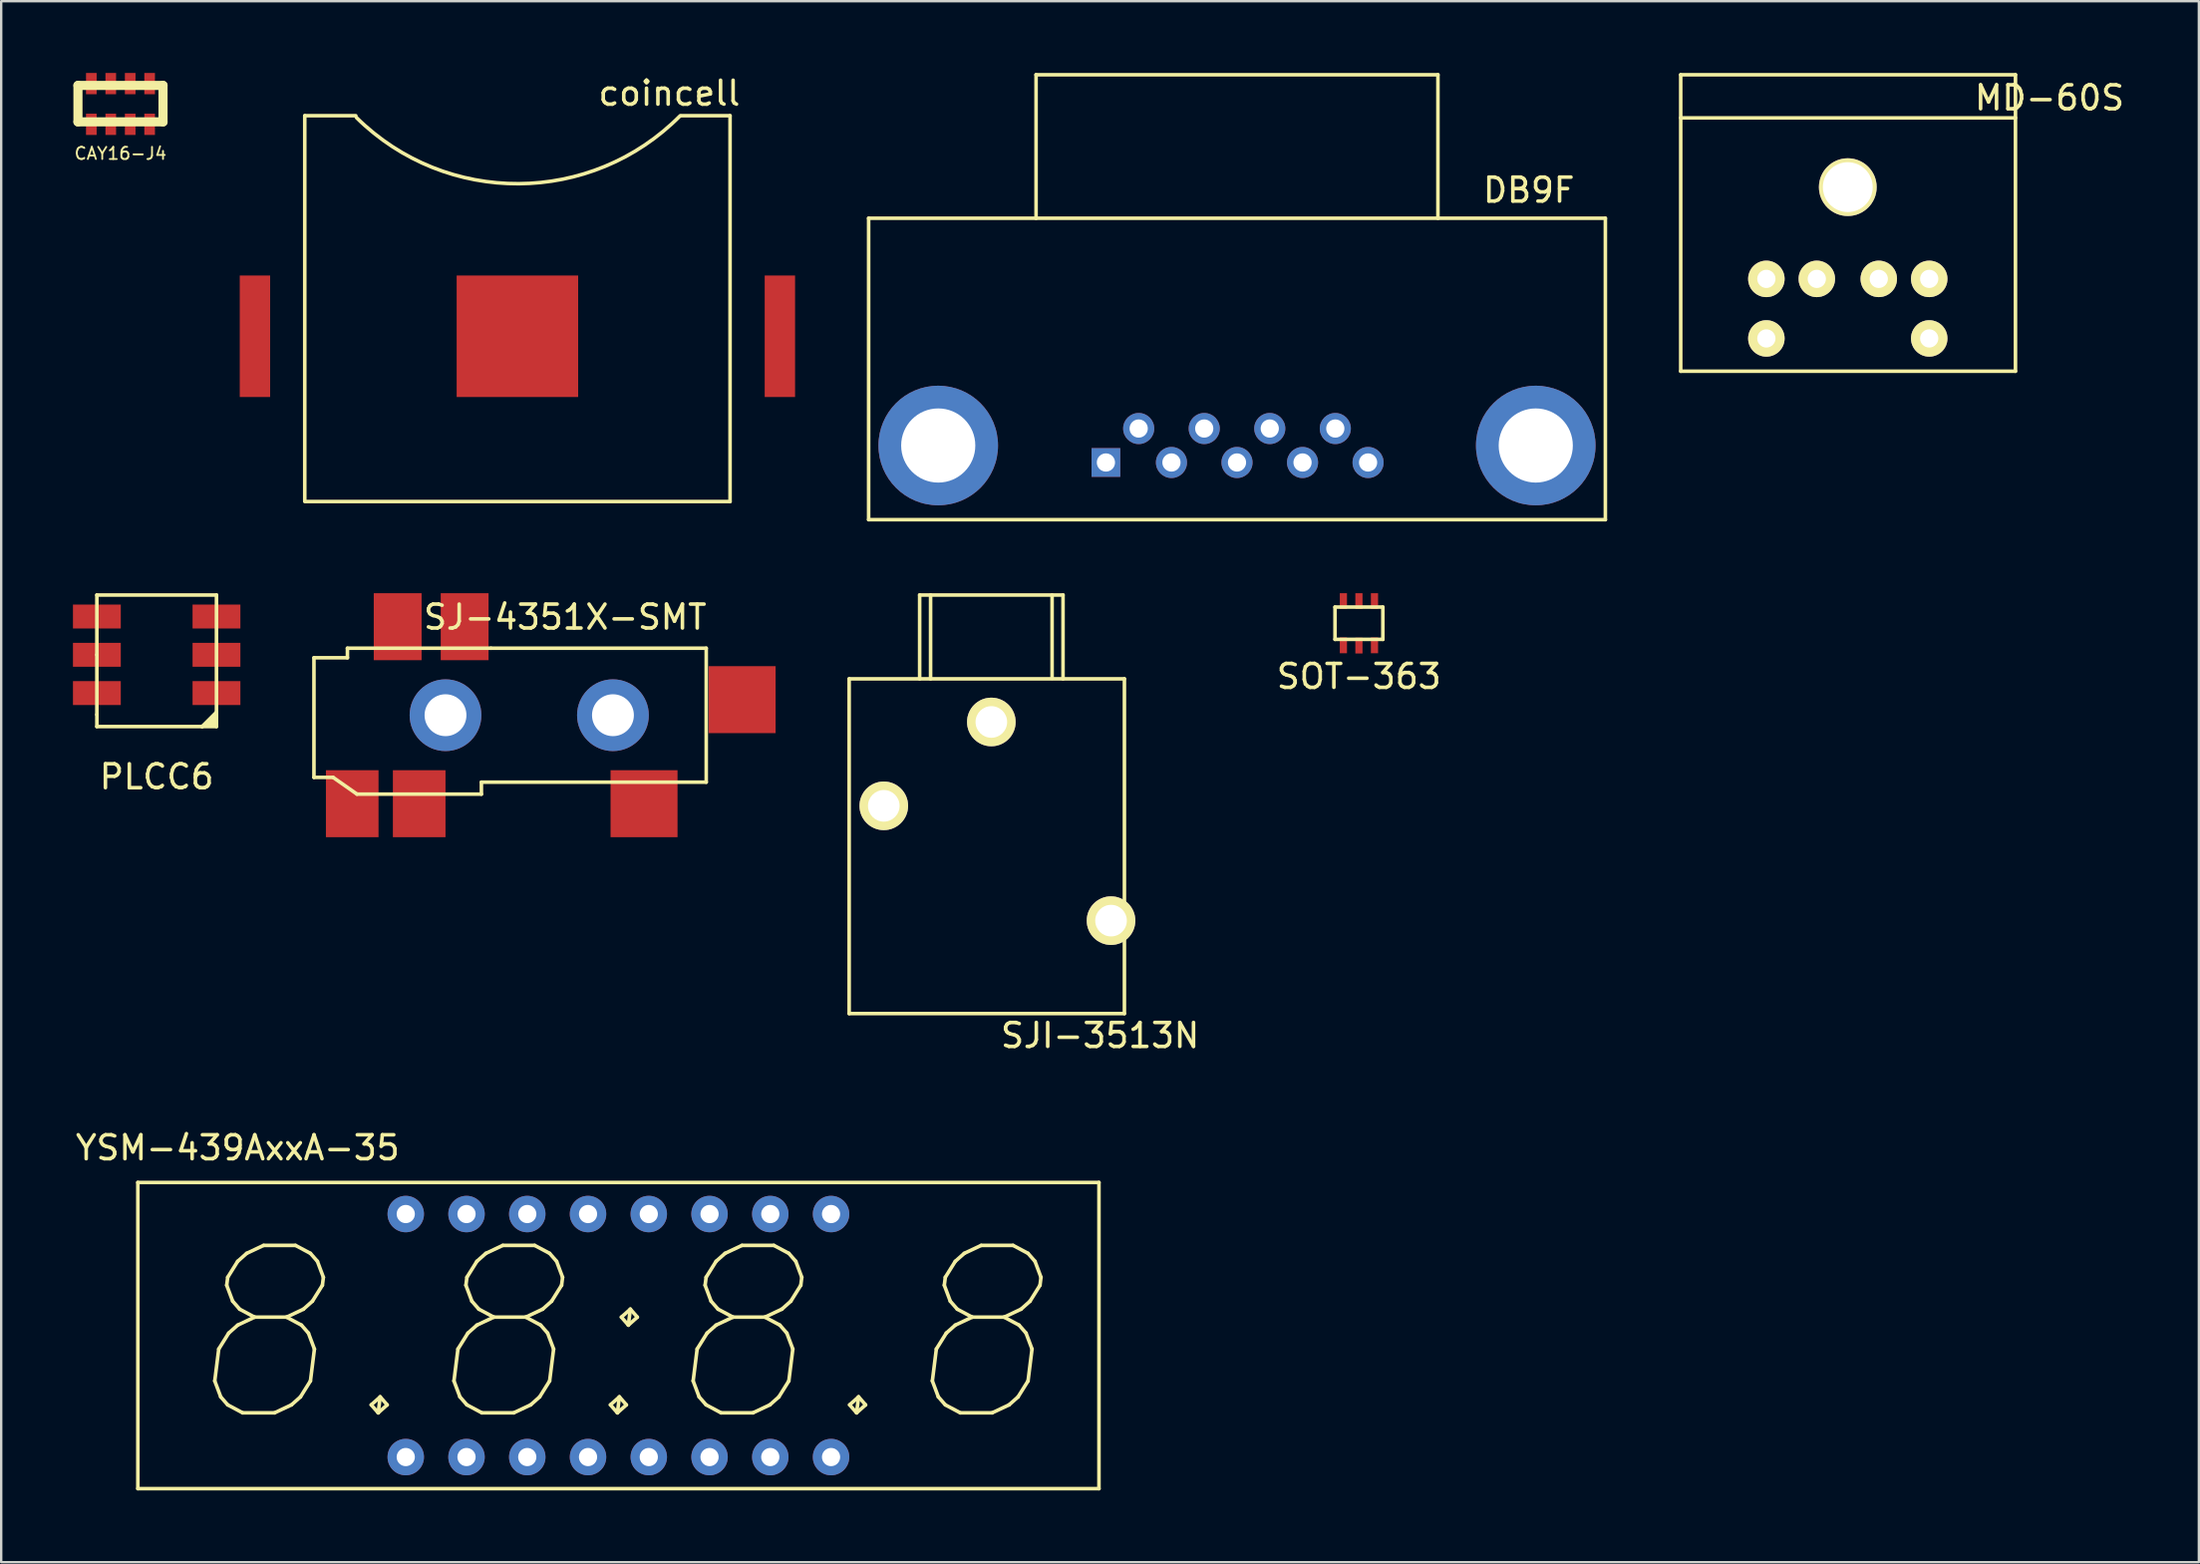
<source format=kicad_pcb>
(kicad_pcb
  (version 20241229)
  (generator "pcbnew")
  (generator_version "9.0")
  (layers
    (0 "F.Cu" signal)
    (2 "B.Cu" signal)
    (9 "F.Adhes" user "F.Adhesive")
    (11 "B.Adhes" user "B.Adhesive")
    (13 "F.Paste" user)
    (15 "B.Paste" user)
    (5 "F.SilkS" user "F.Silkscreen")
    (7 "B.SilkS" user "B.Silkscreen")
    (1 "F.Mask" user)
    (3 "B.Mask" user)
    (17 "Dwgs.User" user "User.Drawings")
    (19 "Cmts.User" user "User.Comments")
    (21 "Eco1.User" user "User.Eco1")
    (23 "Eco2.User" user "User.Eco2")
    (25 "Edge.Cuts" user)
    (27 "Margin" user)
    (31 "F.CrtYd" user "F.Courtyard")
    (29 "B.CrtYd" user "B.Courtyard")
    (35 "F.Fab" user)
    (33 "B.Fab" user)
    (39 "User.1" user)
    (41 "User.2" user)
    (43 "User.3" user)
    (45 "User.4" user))
  (footprint "SJI-3513N"
    (layer "F.Cu")
    (at 38.394 25.33)
    (property "Reference" "SJI-3513N" (at 4.547 14.91 0) (layer "F.SilkS") (effects (font (size 1 1) (thickness 0.15))))
    (attr through_hole)
    (fp_line (start -5.944 0) (end 5.563 0) (stroke (width 0.15) (type solid)) (layer "F.SilkS"))
    (fp_line (start -5.944 13.995) (end -5.944 0) (stroke (width 0.15) (type solid)) (layer "F.SilkS"))
    (fp_line (start -2.997 -3.505) (end -2.997 0) (stroke (width 0.15) (type solid)) (layer "F.SilkS"))
    (fp_line (start -2.54 0) (end -2.54 -3.505) (stroke (width 0.15) (type solid)) (layer "F.SilkS"))
    (fp_line (start 2.54 -3.505) (end 2.54 -0.025) (stroke (width 0.15) (type solid)) (layer "F.SilkS"))
    (fp_line (start 2.997 -3.505) (end -2.997 -3.505) (stroke (width 0.15) (type solid)) (layer "F.SilkS"))
    (fp_line (start 2.997 0) (end 2.997 -3.505) (stroke (width 0.15) (type solid)) (layer "F.SilkS"))
    (fp_line (start 5.563 0) (end 5.563 13.995) (stroke (width 0.15) (type solid)) (layer "F.SilkS"))
    (fp_line (start 5.563 13.995) (end -5.944 13.995) (stroke (width 0.15) (type solid)) (layer "F.SilkS"))
    (pad "1" thru_hole circle (at 0 1.803) (size 2.032 2.032) (drill oval 1.321) (layers "*.Cu" "*.Mask" "F.SilkS"))
    (pad "2" thru_hole circle (at -4.496 5.309) (size 2.032 2.032) (drill oval 1.321) (layers "*.Cu" "*.Mask" "F.SilkS"))
    (pad "3" thru_hole circle (at 5.004 10.109) (size 2.032 2.032) (drill oval 1.321) (layers "*.Cu" "*.Mask" "F.SilkS")))
  (footprint "SJ-4351X-SMT"
    (layer "F.Cu")
    (at 11.075 26.85)
    (property "Reference" "SJ-4351X-SMT" (at 9.5 -4.1 0) (layer "F.SilkS") (effects (font (size 1 1) (thickness 0.15))))
    (attr through_hole)
    (fp_line (start -1 -2.4) (end -1 2.6) (stroke (width 0.15) (type solid)) (layer "F.SilkS"))
    (fp_line (start -1 2.6) (end -0.2 2.6) (stroke (width 0.15) (type solid)) (layer "F.SilkS"))
    (fp_line (start -0.2 2.6) (end 0.8 3.3) (stroke (width 0.15) (type solid)) (layer "F.SilkS"))
    (fp_line (start 0.4 -2.8) (end 0.4 -2.4) (stroke (width 0.15) (type solid)) (layer "F.SilkS"))
    (fp_line (start 0.4 -2.4) (end -1 -2.4) (stroke (width 0.15) (type solid)) (layer "F.SilkS"))
    (fp_line (start 0.8 3.3) (end 6 3.3) (stroke (width 0.15) (type solid)) (layer "F.SilkS"))
    (fp_line (start 6 2.8) (end 15.4 2.8) (stroke (width 0.15) (type solid)) (layer "F.SilkS"))
    (fp_line (start 6 3.3) (end 6 2.8) (stroke (width 0.15) (type solid)) (layer "F.SilkS"))
    (fp_line (start 6.4 -2.8) (end 0.4 -2.8) (stroke (width 0.15) (type solid)) (layer "F.SilkS"))
    (fp_line (start 15.4 -2.8) (end 6.4 -2.8) (stroke (width 0.15) (type solid)) (layer "F.SilkS"))
    (fp_line (start 15.4 2.8) (end 15.4 -2.8) (stroke (width 0.15) (type solid)) (layer "F.SilkS"))
    (pad "" np_thru_hole circle (at 4.5 0) (size 3 3) (drill 1.75) (layers "*.Cu" "*.Mask"))
    (pad "" np_thru_hole circle (at 11.5 0) (size 3 3) (drill 1.75) (layers "*.Cu" "*.Mask"))
    (pad "1" smd rect (at 0.6 3.7) (size 2.2 2.8) (layers "F.Cu" "F.Mask" "F.Paste"))
    (pad "2" smd rect (at 12.8 3.7) (size 2.8 2.8) (layers "F.Cu" "F.Mask" "F.Paste"))
    (pad "3" smd rect (at 5.3 -3.7) (size 2 2.8) (layers "F.Cu" "F.Mask" "F.Paste"))
    (pad "4" smd rect (at 3.4 3.7) (size 2.2 2.8) (layers "F.Cu" "F.Mask" "F.Paste"))
    (pad "5" smd rect (at 16.9 -0.65) (size 2.8 2.8) (layers "F.Cu" "F.Mask" "F.Paste"))
    (pad "6" smd rect (at 2.5 -3.7) (size 2 2.8) (layers "F.Cu" "F.Mask" "F.Paste")))
  (footprint "coincell"
    (layer "F.Cu")
    (at 18.581 11.008)
    (property "Reference" "coincell" (at 6.35 -10.16 0) (layer "F.SilkS") (effects (font (size 1 1) (thickness 0.15))))
    (attr through_hole)
    (fp_line (start -8.89 -9.22) (end -8.89 6.883) (stroke (width 0.15) (type solid)) (layer "F.SilkS"))
    (fp_line (start -8.89 6.909) (end 8.89 6.909) (stroke (width 0.15) (type solid)) (layer "F.SilkS"))
    (fp_line (start -6.756 -9.22) (end -8.89 -9.22) (stroke (width 0.15) (type solid)) (layer "F.SilkS"))
    (fp_line (start 8.89 -9.22) (end 6.858 -9.22) (stroke (width 0.15) (type solid)) (layer "F.SilkS"))
    (fp_line (start 8.89 6.909) (end 8.89 -9.22) (stroke (width 0.15) (type solid)) (layer "F.SilkS"))
    (fp_arc (start 6.8072 -9.2202) (mid 0.053882 -6.378247) (end -6.731 -9.144) (stroke (width 0.15) (type solid)) (layer "F.SilkS"))
    (pad "1" smd rect (at -10.973 0) (size 1.27 5.08) (layers "F.Cu" "F.Mask" "F.Paste"))
    (pad "1" smd rect (at 10.973 0) (size 1.27 5.08) (layers "F.Cu" "F.Mask" "F.Paste"))
    (pad "2" smd rect (at 0 0) (size 5.08 5.08) (layers "F.Cu" "F.Mask" "F.Paste")))
  (footprint "CAY16-J4"
    (layer "F.Cu")
    (at 1.987 1.283)
    (property "Reference" "CAY16-J4" (at 0 2.083 0) (layer "F.SilkS") (effects (font (size 0.508 0.508) (thickness 0.076))))
    (attr through_hole)
    (fp_line (start -1.778 -0.762) (end 1.778 -0.762) (stroke (width 0.381) (type solid)) (layer "F.SilkS"))
    (fp_line (start -1.778 0.762) (end -1.778 -0.762) (stroke (width 0.381) (type solid)) (layer "F.SilkS"))
    (fp_line (start 1.778 -0.762) (end 1.778 0.762) (stroke (width 0.381) (type solid)) (layer "F.SilkS"))
    (fp_line (start 1.778 0.762) (end -1.778 0.762) (stroke (width 0.381) (type solid)) (layer "F.SilkS"))
    (pad "1" smd rect (at -1.219 -0.838) (size 0.445 0.889) (layers "F.Cu" "F.Mask" "F.Paste"))
    (pad "2" smd rect (at -0.406 -0.838) (size 0.445 0.889) (layers "F.Cu" "F.Mask" "F.Paste"))
    (pad "3" smd rect (at 0.406 -0.838) (size 0.445 0.889) (layers "F.Cu" "F.Mask" "F.Paste"))
    (pad "4" smd rect (at 1.219 -0.838) (size 0.445 0.889) (layers "F.Cu" "F.Mask" "F.Paste"))
    (pad "5" smd rect (at 1.219 0.864) (size 0.445 0.889) (layers "F.Cu" "F.Mask" "F.Paste"))
    (pad "6" smd rect (at 0.406 0.864) (size 0.445 0.889) (layers "F.Cu" "F.Mask" "F.Paste"))
    (pad "7" smd rect (at -0.406 0.864) (size 0.445 0.889) (layers "F.Cu" "F.Mask" "F.Paste"))
    (pad "8" smd rect (at -1.219 0.864) (size 0.445 0.889) (layers "F.Cu" "F.Mask" "F.Paste")))
  (footprint "YSM-439AxxA-35"
    (layer "F.Cu")
    (at 22.803 52.785)
    (property "Reference" "YSM-439AxxA-35" (at -15.916 -7.849 0) (layer "F.SilkS") (effects (font (size 1 1) (thickness 0.15))))
    (attr through_hole)
    (fp_line (start -20.09 -6.4) (end 20.09 -6.4) (stroke (width 0.15) (type solid)) (layer "F.SilkS"))
    (fp_line (start -20.09 6.4) (end -20.09 -6.4) (stroke (width 0.15) (type solid)) (layer "F.SilkS"))
    (fp_line (start 20.09 -6.4) (end 20.09 6.4) (stroke (width 0.15) (type solid)) (layer "F.SilkS"))
    (fp_line (start 20.09 6.4) (end -20.09 6.4) (stroke (width 0.15) (type solid)) (layer "F.SilkS"))
    (fp_text user "8.8:8.8" (at 0 0 0) (layer "F.SilkS") (effects (font (size 7 7) (thickness 0.15) (italic yes))))
    (pad "1" thru_hole circle (at -8.89 5.08) (size 1.524 1.524) (drill 0.762) (layers "*.Cu" "*.Mask"))
    (pad "2" thru_hole circle (at -6.35 5.08) (size 1.524 1.524) (drill 0.762) (layers "*.Cu" "*.Mask"))
    (pad "3" thru_hole circle (at -3.81 5.08) (size 1.524 1.524) (drill 0.762) (layers "*.Cu" "*.Mask"))
    (pad "4" thru_hole circle (at -1.27 5.08) (size 1.524 1.524) (drill 0.762) (layers "*.Cu" "*.Mask"))
    (pad "5" thru_hole circle (at 1.27 5.08) (size 1.524 1.524) (drill 0.762) (layers "*.Cu" "*.Mask"))
    (pad "6" thru_hole circle (at 3.81 5.08) (size 1.524 1.524) (drill 0.762) (layers "*.Cu" "*.Mask"))
    (pad "7" thru_hole circle (at 6.35 5.08) (size 1.524 1.524) (drill 0.762) (layers "*.Cu" "*.Mask"))
    (pad "8" thru_hole circle (at 8.89 5.08) (size 1.524 1.524) (drill 0.762) (layers "*.Cu" "*.Mask"))
    (pad "9" thru_hole circle (at 8.89 -5.08) (size 1.524 1.524) (drill 0.762) (layers "*.Cu" "*.Mask"))
    (pad "10" thru_hole circle (at 6.35 -5.08) (size 1.524 1.524) (drill 0.762) (layers "*.Cu" "*.Mask"))
    (pad "11" thru_hole circle (at 3.81 -5.08) (size 1.524 1.524) (drill 0.762) (layers "*.Cu" "*.Mask"))
    (pad "12" thru_hole circle (at 1.27 -5.08) (size 1.524 1.524) (drill 0.762) (layers "*.Cu" "*.Mask"))
    (pad "13" thru_hole circle (at -1.27 -5.08) (size 1.524 1.524) (drill 0.762) (layers "*.Cu" "*.Mask"))
    (pad "14" thru_hole circle (at -3.81 -5.08) (size 1.524 1.524) (drill 0.762) (layers "*.Cu" "*.Mask"))
    (pad "15" thru_hole circle (at -6.35 -5.08) (size 1.524 1.524) (drill 0.762) (layers "*.Cu" "*.Mask"))
    (pad "16" thru_hole circle (at -8.89 -5.08) (size 1.524 1.524) (drill 0.762) (layers "*.Cu" "*.Mask")))
  (footprint "MD-60S"
    (layer "F.Cu")
    (at 74.199 4.774)
    (property "Reference" "MD-60S" (at 8.433 -3.734 0) (layer "F.SilkS") (effects (font (size 1 1) (thickness 0.15))))
    (attr through_hole)
    (fp_line (start -6.985 -4.699) (end 7.01 -4.699) (stroke (width 0.15) (type solid)) (layer "F.SilkS"))
    (fp_line (start -6.985 -2.896) (end 7.01 -2.896) (stroke (width 0.15) (type solid)) (layer "F.SilkS"))
    (fp_line (start -6.985 7.696) (end -6.985 -4.699) (stroke (width 0.15) (type solid)) (layer "F.SilkS"))
    (fp_line (start 7.01 -4.699) (end 7.01 7.696) (stroke (width 0.15) (type solid)) (layer "F.SilkS"))
    (fp_line (start 7.01 7.696) (end -6.985 7.696) (stroke (width 0.15) (type solid)) (layer "F.SilkS"))
    (pad "" thru_hole circle (at 0 0) (size 2.413 2.413) (drill 2.083) (layers "*.Cu" "*.Mask" "F.SilkS"))
    (pad "1" thru_hole circle (at -1.295 3.835) (size 1.524 1.524) (drill 0.762) (layers "*.Cu" "*.Mask" "F.SilkS"))
    (pad "2" thru_hole circle (at 1.295 3.835) (size 1.524 1.524) (drill 0.762) (layers "*.Cu" "*.Mask" "F.SilkS"))
    (pad "3" thru_hole circle (at -3.404 3.835) (size 1.524 1.524) (drill 0.762) (layers "*.Cu" "*.Mask" "F.SilkS"))
    (pad "4" thru_hole circle (at 3.404 3.835) (size 1.524 1.524) (drill 0.762) (layers "*.Cu" "*.Mask" "F.SilkS"))
    (pad "5" thru_hole circle (at -3.404 6.325) (size 1.524 1.524) (drill 0.762) (layers "*.Cu" "*.Mask" "F.SilkS"))
    (pad "6" thru_hole circle (at 3.404 6.325) (size 1.524 1.524) (drill 0.762) (layers "*.Cu" "*.Mask" "F.SilkS")))
  (footprint "PLCC6"
    (layer "F.Cu")
    (at 3.5 24.325)
    (property "Reference" "PLCC6" (at 0 5.1 0) (layer "F.SilkS") (effects (font (size 1 1) (thickness 0.15))))
    (attr through_hole)
    (fp_line (start -2.5 -2.5) (end 2.5 -2.5) (stroke (width 0.15) (type solid)) (layer "F.SilkS"))
    (fp_line (start -2.5 0) (end -2.5 -2.5) (stroke (width 0.15) (type solid)) (layer "F.SilkS"))
    (fp_line (start -2.5 2.5) (end -2.5 0) (stroke (width 0.15) (type solid)) (layer "F.SilkS"))
    (fp_line (start -2.5 2.5) (end -2.5 3) (stroke (width 0.15) (type solid)) (layer "F.SilkS"))
    (fp_line (start -2.5 3) (end 2.5 3) (stroke (width 0.15) (type solid)) (layer "F.SilkS"))
    (fp_line (start 1.9 3) (end 2.4 2.7) (stroke (width 0.15) (type solid)) (layer "F.SilkS"))
    (fp_line (start 2.1 2.9) (end 2.4 2.9) (stroke (width 0.15) (type solid)) (layer "F.SilkS"))
    (fp_line (start 2.3 2.7) (end 2.5 2.6) (stroke (width 0.15) (type solid)) (layer "F.SilkS"))
    (fp_line (start 2.4 2.7) (end 2.4 2.9) (stroke (width 0.15) (type solid)) (layer "F.SilkS"))
    (fp_line (start 2.4 2.9) (end 2.1 2.9) (stroke (width 0.15) (type solid)) (layer "F.SilkS"))
    (fp_line (start 2.5 -2.5) (end 2.5 2.5) (stroke (width 0.15) (type solid)) (layer "F.SilkS"))
    (fp_line (start 2.5 2.4) (end 1.9 3) (stroke (width 0.15) (type solid)) (layer "F.SilkS"))
    (fp_line (start 2.5 3) (end 2.5 2.5) (stroke (width 0.15) (type solid)) (layer "F.SilkS"))
    (pad "1" smd rect (at 2.5 1.6) (size 2 1) (layers "F.Cu" "F.Mask" "F.Paste"))
    (pad "2" smd rect (at 2.5 0) (size 2 1) (layers "F.Cu" "F.Mask" "F.Paste"))
    (pad "3" smd rect (at 2.5 -1.6) (size 2 1) (layers "F.Cu" "F.Mask" "F.Paste"))
    (pad "4" smd rect (at -2.5 -1.6) (size 2 1) (layers "F.Cu" "F.Mask" "F.Paste"))
    (pad "5" smd rect (at -2.5 0) (size 2 1) (layers "F.Cu" "F.Mask" "F.Paste"))
    (pad "6" smd rect (at -2.5 1.6) (size 2 1) (layers "F.Cu" "F.Mask" "F.Paste")))
  (footprint "DB9F"
    (layer "F.Cu")
    (at 48.664 15.575)
    (property "Reference" "DB9F" (at 12.2 -10.675 0) (layer "F.SilkS") (effects (font (size 1 1) (thickness 0.15))))
    (attr through_hole)
    (fp_line (start -15.4 -9.5) (end -15.4 3.1) (stroke (width 0.15) (type solid)) (layer "F.SilkS"))
    (fp_line (start -15.4 -9.5) (end 15.4 -9.5) (stroke (width 0.15) (type solid)) (layer "F.SilkS"))
    (fp_line (start -8.4 -15.5) (end -8.4 -9.5) (stroke (width 0.15) (type solid)) (layer "F.SilkS"))
    (fp_line (start 8.4 -15.5) (end -8.4 -15.5) (stroke (width 0.15) (type solid)) (layer "F.SilkS"))
    (fp_line (start 8.4 -9.5) (end 8.4 -15.5) (stroke (width 0.15) (type solid)) (layer "F.SilkS"))
    (fp_line (start 15.4 3.1) (end -15.4 3.1) (stroke (width 0.15) (type solid)) (layer "F.SilkS"))
    (fp_line (start 15.4 3.1) (end 15.4 -9.5) (stroke (width 0.15) (type solid)) (layer "F.SilkS"))
    (pad "" np_thru_hole circle (at -12.49 0) (size 5 5) (drill 3.1) (layers "*.Cu" "*.Mask"))
    (pad "" np_thru_hole circle (at 12.49 0) (size 5 5) (drill 3.1) (layers "*.Cu" "*.Mask"))
    (pad "1" thru_hole rect (at -5.48 0.71) (size 1.2 1.2) (drill 0.762) (layers "*.Cu" "*.Mask"))
    (pad "2" thru_hole circle (at -2.74 0.71) (size 1.3 1.3) (drill 0.762) (layers "*.Cu" "*.Mask"))
    (pad "3" thru_hole circle (at 0 0.71) (size 1.3 1.3) (drill 0.762) (layers "*.Cu" "*.Mask"))
    (pad "4" thru_hole circle (at 2.74 0.71) (size 1.3 1.3) (drill 0.762) (layers "*.Cu" "*.Mask"))
    (pad "5" thru_hole circle (at 5.48 0.71) (size 1.3 1.3) (drill 0.762) (layers "*.Cu" "*.Mask"))
    (pad "6" thru_hole circle (at -4.11 -0.71) (size 1.3 1.3) (drill 0.762) (layers "*.Cu" "*.Mask"))
    (pad "7" thru_hole circle (at -1.37 -0.71) (size 1.3 1.3) (drill 0.762) (layers "*.Cu" "*.Mask"))
    (pad "8" thru_hole circle (at 1.37 -0.71) (size 1.3 1.3) (drill 0.762) (layers "*.Cu" "*.Mask"))
    (pad "9" thru_hole circle (at 4.11 -0.71) (size 1.3 1.3) (drill 0.762) (layers "*.Cu" "*.Mask")))
  (footprint "SOT-363"
    (layer "F.Cu")
    (at 53.762 22.98)
    (property "Reference" "SOT-363" (at 0 2.25 0) (layer "F.SilkS") (effects (font (size 1 1) (thickness 0.15))))
    (attr through_hole)
    (fp_line (start -1 -0.65) (end 1 -0.65) (stroke (width 0.15) (type solid)) (layer "F.SilkS"))
    (fp_line (start -1 0.7) (end -1 -0.65) (stroke (width 0.15) (type solid)) (layer "F.SilkS"))
    (fp_line (start 1 -0.65) (end 1 0.7) (stroke (width 0.15) (type solid)) (layer "F.SilkS"))
    (fp_line (start 1 0.7) (end -1 0.7) (stroke (width 0.15) (type solid)) (layer "F.SilkS"))
    (pad "1" smd rect (at -0.65 0.95) (size 0.3 0.66) (layers "F.Cu" "F.Mask" "F.Paste"))
    (pad "2" smd rect (at 0 0.96) (size 0.3 0.66) (layers "F.Cu" "F.Mask" "F.Paste"))
    (pad "3" smd rect (at 0.65 0.95) (size 0.3 0.66) (layers "F.Cu" "F.Mask" "F.Paste"))
    (pad "4" smd rect (at 0.65 -0.9) (size 0.3 0.66) (layers "F.Cu" "F.Mask" "F.Paste"))
    (pad "5" smd rect (at 0 -0.9) (size 0.3 0.66) (layers "F.Cu" "F.Mask" "F.Paste"))
    (pad "6" smd rect (at -0.65 -0.9) (size 0.3 0.66) (layers "F.Cu" "F.Mask" "F.Paste")))
  (gr_rect
    (start -3 -3)
    (end 88.876 62.26)
    (stroke (width 0.1) (type default))
    (fill no)
    (layer "Edge.Cuts")))
</source>
